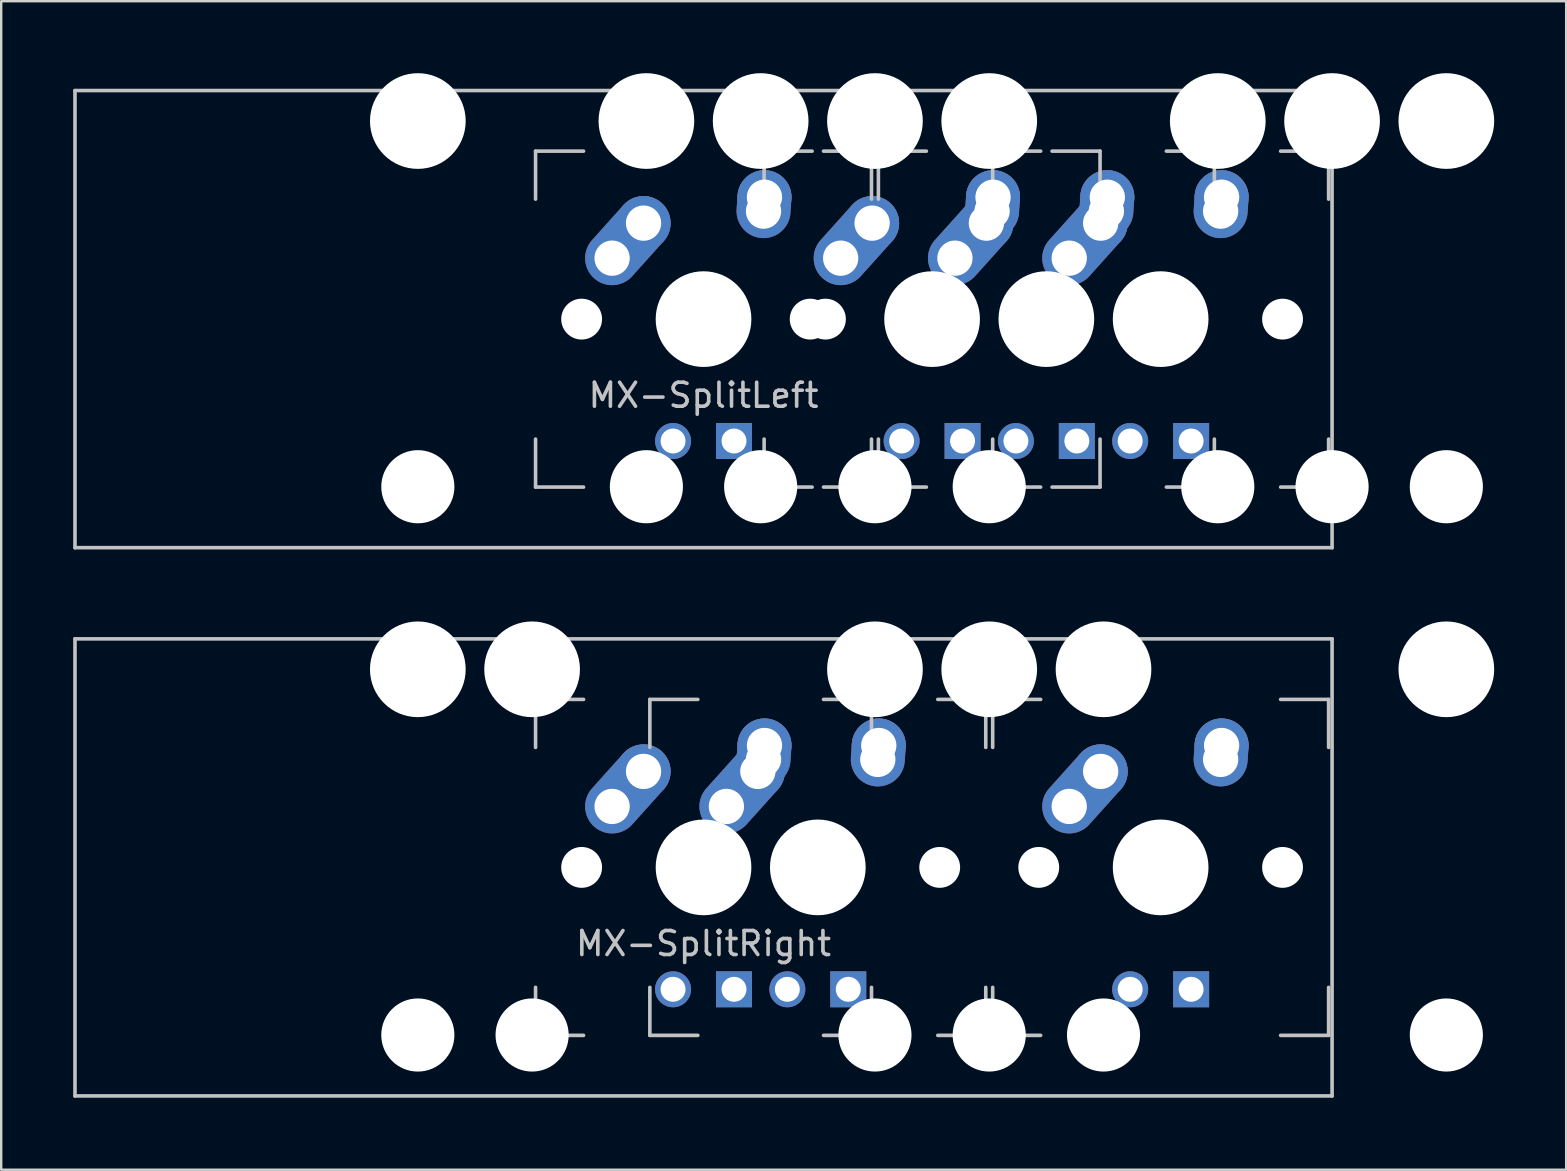
<source format=kicad_pcb>
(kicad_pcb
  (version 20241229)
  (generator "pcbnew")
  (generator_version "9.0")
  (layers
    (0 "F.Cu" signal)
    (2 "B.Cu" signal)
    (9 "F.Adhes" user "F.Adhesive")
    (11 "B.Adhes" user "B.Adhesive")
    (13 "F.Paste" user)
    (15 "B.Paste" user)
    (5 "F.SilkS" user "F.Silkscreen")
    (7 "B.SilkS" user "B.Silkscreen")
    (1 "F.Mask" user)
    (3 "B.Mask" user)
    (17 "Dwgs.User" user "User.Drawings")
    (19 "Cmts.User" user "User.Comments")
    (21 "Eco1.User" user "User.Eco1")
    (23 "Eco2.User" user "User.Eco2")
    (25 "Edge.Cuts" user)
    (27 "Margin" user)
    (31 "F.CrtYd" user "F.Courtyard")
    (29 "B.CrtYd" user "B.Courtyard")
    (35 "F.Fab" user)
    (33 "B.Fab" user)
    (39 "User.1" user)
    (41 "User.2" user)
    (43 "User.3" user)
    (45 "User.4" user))
  (footprint "MX-SplitLeft"
    (layer "F.Cu")
    (at 26.269 10.249)
    (property "Reference" "MX-SplitLeft" (at 0 3.175 0) (layer "Dwgs.User") (effects (font (size 1 1) (thickness 0.15))))
    (attr through_hole)
    (fp_line (start -26.194 -9.525) (end 26.194 -9.525) (stroke (width 0.15) (type solid)) (layer "Dwgs.User"))
    (fp_line (start -26.194 9.525) (end -26.194 -9.525) (stroke (width 0.15) (type solid)) (layer "Dwgs.User"))
    (fp_line (start -26.194 9.525) (end 26.194 9.525) (stroke (width 0.15) (type solid)) (layer "Dwgs.User"))
    (fp_line (start -7 -7) (end -7 -5) (stroke (width 0.15) (type solid)) (layer "Dwgs.User"))
    (fp_line (start -7 5) (end -7 7) (stroke (width 0.15) (type solid)) (layer "Dwgs.User"))
    (fp_line (start -7 7) (end -5 7) (stroke (width 0.15) (type solid)) (layer "Dwgs.User"))
    (fp_line (start -5 -7) (end -7 -7) (stroke (width 0.15) (type solid)) (layer "Dwgs.User"))
    (fp_line (start 2.525 -7) (end 2.525 -5) (stroke (width 0.15) (type solid)) (layer "Dwgs.User"))
    (fp_line (start 2.525 5) (end 2.525 7) (stroke (width 0.15) (type solid)) (layer "Dwgs.User"))
    (fp_line (start 2.525 7) (end 4.525 7) (stroke (width 0.15) (type solid)) (layer "Dwgs.User"))
    (fp_line (start 4.525 -7) (end 2.525 -7) (stroke (width 0.15) (type solid)) (layer "Dwgs.User"))
    (fp_line (start 5 -7) (end 7 -7) (stroke (width 0.15) (type solid)) (layer "Dwgs.User"))
    (fp_line (start 5 7) (end 7 7) (stroke (width 0.15) (type solid)) (layer "Dwgs.User"))
    (fp_line (start 7 -7) (end 7 -5) (stroke (width 0.15) (type solid)) (layer "Dwgs.User"))
    (fp_line (start 7 7) (end 7 5) (stroke (width 0.15) (type solid)) (layer "Dwgs.User"))
    (fp_line (start 7.287 -7) (end 7.287 -5) (stroke (width 0.15) (type solid)) (layer "Dwgs.User"))
    (fp_line (start 7.287 5) (end 7.287 7) (stroke (width 0.15) (type solid)) (layer "Dwgs.User"))
    (fp_line (start 7.287 7) (end 9.287 7) (stroke (width 0.15) (type solid)) (layer "Dwgs.User"))
    (fp_line (start 9.287 -7) (end 7.287 -7) (stroke (width 0.15) (type solid)) (layer "Dwgs.User"))
    (fp_line (start 12.05 -7) (end 12.05 -5) (stroke (width 0.15) (type solid)) (layer "Dwgs.User"))
    (fp_line (start 12.05 5) (end 12.05 7) (stroke (width 0.15) (type solid)) (layer "Dwgs.User"))
    (fp_line (start 12.05 7) (end 14.05 7) (stroke (width 0.15) (type solid)) (layer "Dwgs.User"))
    (fp_line (start 14.05 -7) (end 12.05 -7) (stroke (width 0.15) (type solid)) (layer "Dwgs.User"))
    (fp_line (start 14.525 -7) (end 16.525 -7) (stroke (width 0.15) (type solid)) (layer "Dwgs.User"))
    (fp_line (start 14.525 7) (end 16.525 7) (stroke (width 0.15) (type solid)) (layer "Dwgs.User"))
    (fp_line (start 16.525 -7) (end 16.525 -5) (stroke (width 0.15) (type solid)) (layer "Dwgs.User"))
    (fp_line (start 16.525 7) (end 16.525 5) (stroke (width 0.15) (type solid)) (layer "Dwgs.User"))
    (fp_line (start 19.288 -7) (end 21.288 -7) (stroke (width 0.15) (type solid)) (layer "Dwgs.User"))
    (fp_line (start 19.288 7) (end 21.288 7) (stroke (width 0.15) (type solid)) (layer "Dwgs.User"))
    (fp_line (start 21.288 -7) (end 21.288 -5) (stroke (width 0.15) (type solid)) (layer "Dwgs.User"))
    (fp_line (start 21.288 7) (end 21.288 5) (stroke (width 0.15) (type solid)) (layer "Dwgs.User"))
    (fp_line (start 24.05 -7) (end 26.05 -7) (stroke (width 0.15) (type solid)) (layer "Dwgs.User"))
    (fp_line (start 24.05 7) (end 26.05 7) (stroke (width 0.15) (type solid)) (layer "Dwgs.User"))
    (fp_line (start 26.05 -7) (end 26.05 -5) (stroke (width 0.15) (type solid)) (layer "Dwgs.User"))
    (fp_line (start 26.05 7) (end 26.05 5) (stroke (width 0.15) (type solid)) (layer "Dwgs.User"))
    (fp_line (start 26.194 -9.525) (end 26.194 9.525) (stroke (width 0.15) (type solid)) (layer "Dwgs.User"))
    (pad "" np_thru_hole circle (at -11.906 -8.255) (size 3.988 3.988) (drill 3.988) (layers "*.Cu" "*.Mask"))
    (pad "" np_thru_hole circle (at -11.906 6.985) (size 3.048 3.048) (drill 3.048) (layers "*.Cu" "*.Mask"))
    (pad "" np_thru_hole circle (at -5.08 0 48.1) (size 1.702 1.702) (drill 1.702) (layers "*.Cu" "*.Mask"))
    (pad "" np_thru_hole circle (at -2.381 -8.255) (size 3.988 3.988) (drill 3.988) (layers "*.Cu" "*.Mask"))
    (pad "" np_thru_hole circle (at -2.381 6.985) (size 3.048 3.048) (drill 3.048) (layers "*.Cu" "*.Mask"))
    (pad "" np_thru_hole circle (at 0 0) (size 3.988 3.988) (drill 3.988) (layers "*.Cu" "*.Mask"))
    (pad "" np_thru_hole circle (at 2.381 -8.255) (size 3.988 3.988) (drill 3.988) (layers "*.Cu" "*.Mask"))
    (pad "" np_thru_hole circle (at 2.381 6.985) (size 3.048 3.048) (drill 3.048) (layers "*.Cu" "*.Mask"))
    (pad "" np_thru_hole circle (at 4.445 0 48.1) (size 1.702 1.702) (drill 1.702) (layers "*.Cu" "*.Mask"))
    (pad "" np_thru_hole circle (at 5.08 0 48.1) (size 1.702 1.702) (drill 1.702) (layers "*.Cu" "*.Mask"))
    (pad "" np_thru_hole circle (at 7.144 -8.255) (size 3.988 3.988) (drill 3.988) (layers "*.Cu" "*.Mask"))
    (pad "" np_thru_hole circle (at 7.144 6.985) (size 3.048 3.048) (drill 3.048) (layers "*.Cu" "*.Mask"))
    (pad "" np_thru_hole circle (at 9.207 0 48.1) (size 1.702 1.702) (drill 1.702) (layers "*.Cu" "*.Mask"))
    (pad "" np_thru_hole circle (at 9.525 0) (size 3.988 3.988) (drill 3.988) (layers "*.Cu" "*.Mask"))
    (pad "" np_thru_hole circle (at 11.906 -8.255) (size 3.988 3.988) (drill 3.988) (layers "*.Cu" "*.Mask"))
    (pad "" np_thru_hole circle (at 11.906 6.985) (size 3.048 3.048) (drill 3.048) (layers "*.Cu" "*.Mask"))
    (pad "" np_thru_hole circle (at 13.97 0 48.1) (size 1.702 1.702) (drill 1.702) (layers "*.Cu" "*.Mask"))
    (pad "" np_thru_hole circle (at 14.287 0) (size 3.988 3.988) (drill 3.988) (layers "*.Cu" "*.Mask"))
    (pad "" np_thru_hole circle (at 14.605 0 48.1) (size 1.702 1.702) (drill 1.702) (layers "*.Cu" "*.Mask"))
    (pad "" np_thru_hole circle (at 19.05 0) (size 3.988 3.988) (drill 3.988) (layers "*.Cu" "*.Mask"))
    (pad "" np_thru_hole circle (at 19.367 0 48.1) (size 1.702 1.702) (drill 1.702) (layers "*.Cu" "*.Mask"))
    (pad "" np_thru_hole circle (at 21.431 -8.255) (size 3.988 3.988) (drill 3.988) (layers "*.Cu" "*.Mask"))
    (pad "" np_thru_hole circle (at 21.431 6.985) (size 3.048 3.048) (drill 3.048) (layers "*.Cu" "*.Mask"))
    (pad "" np_thru_hole circle (at 24.13 0 48.1) (size 1.702 1.702) (drill 1.702) (layers "*.Cu" "*.Mask"))
    (pad "" np_thru_hole circle (at 26.194 -8.255) (size 3.988 3.988) (drill 3.988) (layers "*.Cu" "*.Mask"))
    (pad "" np_thru_hole circle (at 26.194 6.985) (size 3.048 3.048) (drill 3.048) (layers "*.Cu" "*.Mask"))
    (pad "" np_thru_hole circle (at 30.956 -8.255) (size 3.988 3.988) (drill 3.988) (layers "*.Cu" "*.Mask"))
    (pad "" np_thru_hole circle (at 30.956 6.985) (size 3.048 3.048) (drill 3.048) (layers "*.Cu" "*.Mask"))
    (pad "1" thru_hole oval (at -3.81 -2.54 48.1) (size 4.212 2.25) (drill 1.47 (offset 0.981 0)) (layers "*.Cu" "*.Mask"))
    (pad "1" thru_hole circle (at -2.5 -4) (size 2.25 2.25) (drill 1.47) (layers "*.Cu" "*.Mask"))
    (pad "1" thru_hole oval (at 5.715 -2.54 48.1) (size 4.212 2.25) (drill 1.47 (offset 0.981 0)) (layers "*.Cu" "*.Mask"))
    (pad "1" thru_hole circle (at 7.025 -4) (size 2.25 2.25) (drill 1.47) (layers "*.Cu" "*.Mask"))
    (pad "1" thru_hole oval (at 15.24 -2.54 48.1) (size 4.212 2.25) (drill 1.47 (offset 0.981 0)) (layers "*.Cu" "*.Mask"))
    (pad "1" thru_hole circle (at 16.55 -4) (size 2.25 2.25) (drill 1.47) (layers "*.Cu" "*.Mask"))
    (pad "1" thru_hole oval (at 16.788 -4.5 86.055) (size 2.831 2.25) (drill 1.47 (offset 0.291 0)) (layers "*.Cu" "*.Mask"))
    (pad "1" thru_hole circle (at 16.828 -5.08) (size 2.25 2.25) (drill 1.47) (layers "*.Cu" "*.Mask"))
    (pad "2" thru_hole oval (at 2.5 -4.5 86.055) (size 2.831 2.25) (drill 1.47 (offset 0.291 0)) (layers "*.Cu" "*.Mask"))
    (pad "2" thru_hole circle (at 2.54 -5.08) (size 2.25 2.25) (drill 1.47) (layers "*.Cu" "*.Mask"))
    (pad "2" thru_hole oval (at 10.477 -2.54 48.1) (size 4.212 2.25) (drill 1.47 (offset 0.981 0)) (layers "*.Cu" "*.Mask"))
    (pad "2" thru_hole circle (at 11.787 -4) (size 2.25 2.25) (drill 1.47) (layers "*.Cu" "*.Mask"))
    (pad "2" thru_hole oval (at 12.025 -4.5 86.055) (size 2.831 2.25) (drill 1.47 (offset 0.291 0)) (layers "*.Cu" "*.Mask"))
    (pad "2" thru_hole circle (at 12.065 -5.08) (size 2.25 2.25) (drill 1.47) (layers "*.Cu" "*.Mask"))
    (pad "2" thru_hole oval (at 21.55 -4.5 86.055) (size 2.831 2.25) (drill 1.47 (offset 0.291 0)) (layers "*.Cu" "*.Mask"))
    (pad "2" thru_hole circle (at 21.59 -5.08) (size 2.25 2.25) (drill 1.47) (layers "*.Cu" "*.Mask"))
    (pad "3" thru_hole circle (at -1.27 5.08) (size 1.5 1.5) (drill 1.04) (layers "*.Cu" "*.Mask"))
    (pad "3" thru_hole circle (at 8.255 5.08) (size 1.5 1.5) (drill 1.04) (layers "*.Cu" "*.Mask"))
    (pad "3" thru_hole circle (at 13.018 5.08) (size 1.5 1.5) (drill 1.04) (layers "*.Cu" "*.Mask"))
    (pad "3" thru_hole circle (at 17.78 5.08) (size 1.5 1.5) (drill 1.04) (layers "*.Cu" "*.Mask"))
    (pad "4" thru_hole rect (at 1.27 5.08) (size 1.5 1.5) (drill 1.04) (layers "*.Cu" "*.Mask"))
    (pad "4" thru_hole rect (at 10.795 5.08) (size 1.5 1.5) (drill 1.04) (layers "*.Cu" "*.Mask"))
    (pad "4" thru_hole rect (at 15.557 5.08) (size 1.5 1.5) (drill 1.04) (layers "*.Cu" "*.Mask"))
    (pad "4" thru_hole rect (at 20.32 5.08) (size 1.5 1.5) (drill 1.04) (layers "*.Cu" "*.Mask")))
  (footprint "MX-SplitRight"
    (layer "F.Cu")
    (at 26.269 33.098)
    (property "Reference" "MX-SplitRight" (at 0 3.175 0) (layer "Dwgs.User") (effects (font (size 1 1) (thickness 0.15))))
    (attr through_hole)
    (fp_line (start -26.194 -9.525) (end 26.194 -9.525) (stroke (width 0.15) (type solid)) (layer "Dwgs.User"))
    (fp_line (start -26.194 9.525) (end -26.194 -9.525) (stroke (width 0.15) (type solid)) (layer "Dwgs.User"))
    (fp_line (start -26.194 9.525) (end 26.194 9.525) (stroke (width 0.15) (type solid)) (layer "Dwgs.User"))
    (fp_line (start -7 -7) (end -7 -5) (stroke (width 0.15) (type solid)) (layer "Dwgs.User"))
    (fp_line (start -7 5) (end -7 7) (stroke (width 0.15) (type solid)) (layer "Dwgs.User"))
    (fp_line (start -7 7) (end -5 7) (stroke (width 0.15) (type solid)) (layer "Dwgs.User"))
    (fp_line (start -5 -7) (end -7 -7) (stroke (width 0.15) (type solid)) (layer "Dwgs.User"))
    (fp_line (start -2.237 -7) (end -2.237 -5) (stroke (width 0.15) (type solid)) (layer "Dwgs.User"))
    (fp_line (start -2.237 5) (end -2.237 7) (stroke (width 0.15) (type solid)) (layer "Dwgs.User"))
    (fp_line (start -2.237 7) (end -0.237 7) (stroke (width 0.15) (type solid)) (layer "Dwgs.User"))
    (fp_line (start -0.237 -7) (end -2.237 -7) (stroke (width 0.15) (type solid)) (layer "Dwgs.User"))
    (fp_line (start 5 -7) (end 7 -7) (stroke (width 0.15) (type solid)) (layer "Dwgs.User"))
    (fp_line (start 5 7) (end 7 7) (stroke (width 0.15) (type solid)) (layer "Dwgs.User"))
    (fp_line (start 7 -7) (end 7 -5) (stroke (width 0.15) (type solid)) (layer "Dwgs.User"))
    (fp_line (start 7 7) (end 7 5) (stroke (width 0.15) (type solid)) (layer "Dwgs.User"))
    (fp_line (start 9.762 -7) (end 11.762 -7) (stroke (width 0.15) (type solid)) (layer "Dwgs.User"))
    (fp_line (start 9.762 7) (end 11.762 7) (stroke (width 0.15) (type solid)) (layer "Dwgs.User"))
    (fp_line (start 11.762 -7) (end 11.762 -5) (stroke (width 0.15) (type solid)) (layer "Dwgs.User"))
    (fp_line (start 11.762 7) (end 11.762 5) (stroke (width 0.15) (type solid)) (layer "Dwgs.User"))
    (fp_line (start 12.05 -7) (end 12.05 -5) (stroke (width 0.15) (type solid)) (layer "Dwgs.User"))
    (fp_line (start 12.05 5) (end 12.05 7) (stroke (width 0.15) (type solid)) (layer "Dwgs.User"))
    (fp_line (start 12.05 7) (end 14.05 7) (stroke (width 0.15) (type solid)) (layer "Dwgs.User"))
    (fp_line (start 14.05 -7) (end 12.05 -7) (stroke (width 0.15) (type solid)) (layer "Dwgs.User"))
    (fp_line (start 24.05 -7) (end 26.05 -7) (stroke (width 0.15) (type solid)) (layer "Dwgs.User"))
    (fp_line (start 24.05 7) (end 26.05 7) (stroke (width 0.15) (type solid)) (layer "Dwgs.User"))
    (fp_line (start 26.05 -7) (end 26.05 -5) (stroke (width 0.15) (type solid)) (layer "Dwgs.User"))
    (fp_line (start 26.05 7) (end 26.05 5) (stroke (width 0.15) (type solid)) (layer "Dwgs.User"))
    (fp_line (start 26.194 -9.525) (end 26.194 9.525) (stroke (width 0.15) (type solid)) (layer "Dwgs.User"))
    (pad "" np_thru_hole circle (at -11.906 -8.255) (size 3.988 3.988) (drill 3.988) (layers "*.Cu" "*.Mask"))
    (pad "" np_thru_hole circle (at -11.906 6.985) (size 3.048 3.048) (drill 3.048) (layers "*.Cu" "*.Mask"))
    (pad "" np_thru_hole circle (at -7.144 -8.255) (size 3.988 3.988) (drill 3.988) (layers "*.Cu" "*.Mask"))
    (pad "" np_thru_hole circle (at -7.144 6.985) (size 3.048 3.048) (drill 3.048) (layers "*.Cu" "*.Mask"))
    (pad "" np_thru_hole circle (at -5.08 0 48.1) (size 1.702 1.702) (drill 1.702) (layers "*.Cu" "*.Mask"))
    (pad "" np_thru_hole circle (at -0.318 0 48.1) (size 1.702 1.702) (drill 1.702) (layers "*.Cu" "*.Mask"))
    (pad "" np_thru_hole circle (at 0 0) (size 3.988 3.988) (drill 3.988) (layers "*.Cu" "*.Mask"))
    (pad "" np_thru_hole circle (at 4.763 0) (size 3.988 3.988) (drill 3.988) (layers "*.Cu" "*.Mask"))
    (pad "" np_thru_hole circle (at 5.08 0 48.1) (size 1.702 1.702) (drill 1.702) (layers "*.Cu" "*.Mask"))
    (pad "" np_thru_hole circle (at 7.144 -8.255) (size 3.988 3.988) (drill 3.988) (layers "*.Cu" "*.Mask"))
    (pad "" np_thru_hole circle (at 7.144 6.985) (size 3.048 3.048) (drill 3.048) (layers "*.Cu" "*.Mask"))
    (pad "" np_thru_hole circle (at 9.842 0 48.1) (size 1.702 1.702) (drill 1.702) (layers "*.Cu" "*.Mask"))
    (pad "" np_thru_hole circle (at 11.906 -8.255) (size 3.988 3.988) (drill 3.988) (layers "*.Cu" "*.Mask"))
    (pad "" np_thru_hole circle (at 11.906 6.985) (size 3.048 3.048) (drill 3.048) (layers "*.Cu" "*.Mask"))
    (pad "" np_thru_hole circle (at 13.97 0 48.1) (size 1.702 1.702) (drill 1.702) (layers "*.Cu" "*.Mask"))
    (pad "" np_thru_hole circle (at 16.669 -8.255) (size 3.988 3.988) (drill 3.988) (layers "*.Cu" "*.Mask"))
    (pad "" np_thru_hole circle (at 16.669 6.985) (size 3.048 3.048) (drill 3.048) (layers "*.Cu" "*.Mask"))
    (pad "" np_thru_hole circle (at 19.05 0) (size 3.988 3.988) (drill 3.988) (layers "*.Cu" "*.Mask"))
    (pad "" np_thru_hole circle (at 24.13 0 48.1) (size 1.702 1.702) (drill 1.702) (layers "*.Cu" "*.Mask"))
    (pad "" np_thru_hole circle (at 30.956 -8.255) (size 3.988 3.988) (drill 3.988) (layers "*.Cu" "*.Mask"))
    (pad "" np_thru_hole circle (at 30.956 6.985) (size 3.048 3.048) (drill 3.048) (layers "*.Cu" "*.Mask"))
    (pad "1" thru_hole oval (at -3.81 -2.54 48.1) (size 4.212 2.25) (drill 1.47 (offset 0.981 0)) (layers "*.Cu" "*.Mask"))
    (pad "1" thru_hole circle (at -2.5 -4) (size 2.25 2.25) (drill 1.47) (layers "*.Cu" "*.Mask"))
    (pad "1" thru_hole oval (at 7.263 -4.5 86.055) (size 2.831 2.25) (drill 1.47 (offset 0.291 0)) (layers "*.Cu" "*.Mask"))
    (pad "1" thru_hole circle (at 7.303 -5.08) (size 2.25 2.25) (drill 1.47) (layers "*.Cu" "*.Mask"))
    (pad "1" thru_hole oval (at 15.24 -2.54 48.1) (size 4.212 2.25) (drill 1.47 (offset 0.981 0)) (layers "*.Cu" "*.Mask"))
    (pad "1" thru_hole circle (at 16.55 -4) (size 2.25 2.25) (drill 1.47) (layers "*.Cu" "*.Mask"))
    (pad "2" thru_hole oval (at 0.953 -2.54 48.1) (size 4.212 2.25) (drill 1.47 (offset 0.981 0)) (layers "*.Cu" "*.Mask"))
    (pad "2" thru_hole circle (at 2.263 -4) (size 2.25 2.25) (drill 1.47) (layers "*.Cu" "*.Mask"))
    (pad "2" thru_hole oval (at 2.5 -4.5 86.055) (size 2.831 2.25) (drill 1.47 (offset 0.291 0)) (layers "*.Cu" "*.Mask"))
    (pad "2" thru_hole circle (at 2.54 -5.08) (size 2.25 2.25) (drill 1.47) (layers "*.Cu" "*.Mask"))
    (pad "2" thru_hole oval (at 21.55 -4.5 86.055) (size 2.831 2.25) (drill 1.47 (offset 0.291 0)) (layers "*.Cu" "*.Mask"))
    (pad "2" thru_hole circle (at 21.59 -5.08) (size 2.25 2.25) (drill 1.47) (layers "*.Cu" "*.Mask"))
    (pad "3" thru_hole circle (at -1.27 5.08) (size 1.5 1.5) (drill 1.04) (layers "*.Cu" "*.Mask"))
    (pad "3" thru_hole circle (at 3.493 5.08) (size 1.5 1.5) (drill 1.04) (layers "*.Cu" "*.Mask"))
    (pad "3" thru_hole circle (at 17.78 5.08) (size 1.5 1.5) (drill 1.04) (layers "*.Cu" "*.Mask"))
    (pad "4" thru_hole rect (at 1.27 5.08) (size 1.5 1.5) (drill 1.04) (layers "*.Cu" "*.Mask"))
    (pad "4" thru_hole rect (at 6.032 5.08) (size 1.5 1.5) (drill 1.04) (layers "*.Cu" "*.Mask"))
    (pad "4" thru_hole rect (at 20.32 5.08) (size 1.5 1.5) (drill 1.04) (layers "*.Cu" "*.Mask")))
  (gr_rect
    (start -3 -3)
    (end 62.219 45.698)
    (stroke (width 0.1) (type default))
    (fill no)
    (layer "Edge.Cuts")))
</source>
